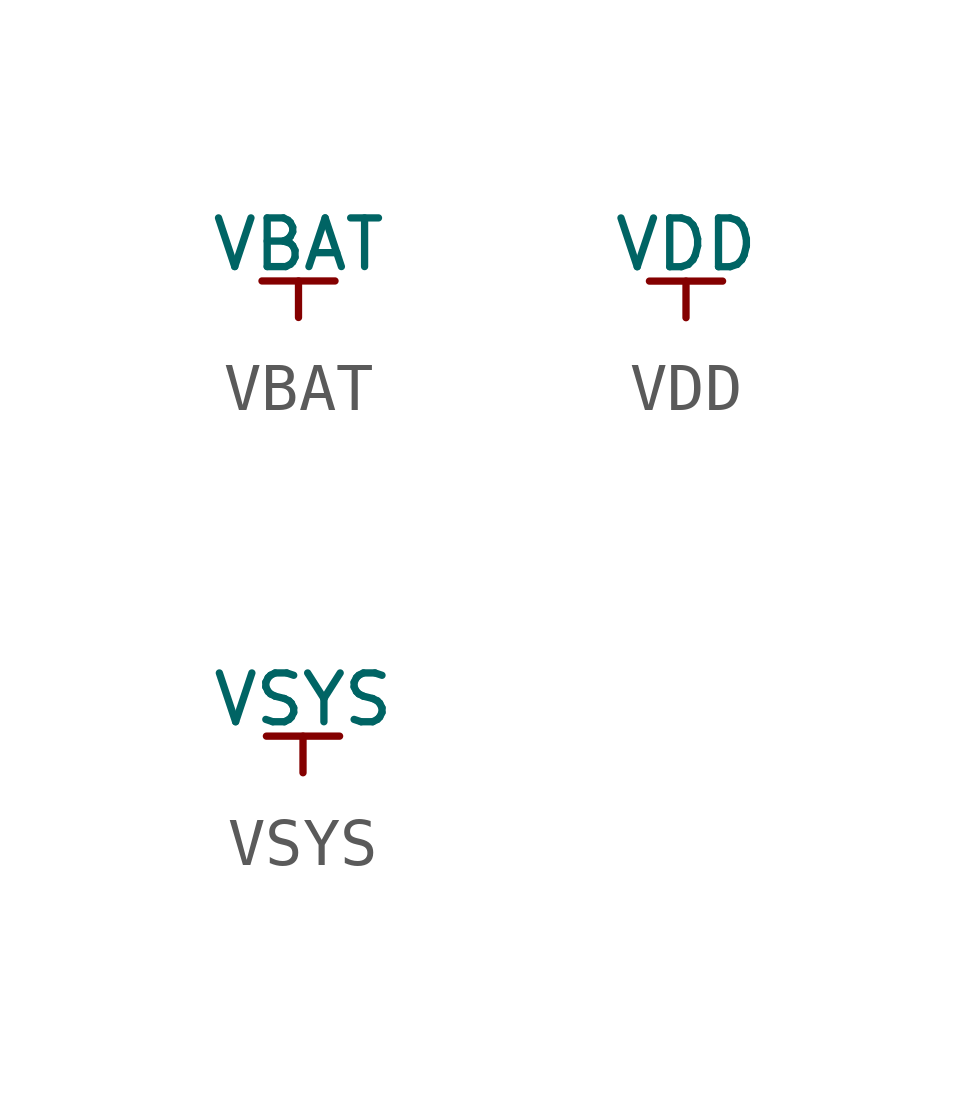
<source format=kicad_sym>
(kicad_symbol_lib
  (version 20211014)
  (generator kicad_symbol_editor)
  (symbol "VBAT"
    (power)
    (pin_numbers hide)
    (pin_names
      (offset 0) hide)
    (property "Reference" "#PWR"
      (at 0.254 0 0)
      (effects (font (size 0.508 0.508)) hide))
    (property "Value" "VBAT"
      (at 0 1.524 0)
      (effects (font (size 1.016 1.016))))
    (symbol "VBAT_0_1"
      (polyline (pts (xy -0.762 0.762) (xy 0.762 0.762)) (stroke (width 0) (type default) (color 0 0 0 0)) (fill (type none)))
      (polyline (pts (xy 0 0) (xy 0 0.762)) (stroke (width 0) (type default) (color 0 0 0 0)) (fill (type none))))
    (symbol "VBAT_1_1"
      (pin power_in line (at 0 0 90) (length 0) hide (name "VBAT" (effects (font (size 1.27 1.27)))) (number "1" (effects (font (size 1.27 1.27)))))))
  (symbol "VDD"
    (power)
    (pin_numbers hide)
    (pin_names
      (offset 0) hide)
    (property "Reference" "#PWR"
      (at 0.254 0 0)
      (effects (font (size 0.508 0.508)) hide))
    (property "Value" "VDD"
      (at 0 1.524 0)
      (effects (font (size 1.016 1.016))))
    (symbol "VDD_0_1"
      (polyline (pts (xy -0.762 0.762) (xy 0.762 0.762)) (stroke (width 0) (type default) (color 0 0 0 0)) (fill (type none)))
      (polyline (pts (xy 0 0) (xy 0 0.762)) (stroke (width 0) (type default) (color 0 0 0 0)) (fill (type none))))
    (symbol "VDD_1_1"
      (pin power_in line (at 0 0 90) (length 0) hide (name "VDD" (effects (font (size 1.27 1.27)))) (number "1" (effects (font (size 1.27 1.27)))))))
  (symbol "VSYS"
    (power)
    (pin_numbers hide)
    (pin_names
      (offset 0) hide)
    (property "Reference" "#PWR"
      (at 0.254 0 0)
      (effects (font (size 0.508 0.508)) hide))
    (property "Value" "VSYS"
      (at 0 1.524 0)
      (effects (font (size 1.016 1.016))))
    (symbol "VSYS_0_1"
      (polyline (pts (xy -0.762 0.762) (xy 0.762 0.762)) (stroke (width 0) (type default) (color 0 0 0 0)) (fill (type none)))
      (polyline (pts (xy 0 0) (xy 0 0.762)) (stroke (width 0) (type default) (color 0 0 0 0)) (fill (type none))))
    (symbol "VSYS_1_1"
      (pin power_in line (at 0 0 90) (length 0) hide (name "VSYS" (effects (font (size 1.27 1.27)))) (number "1" (effects (font (size 1.27 1.27))))))))
</source>
